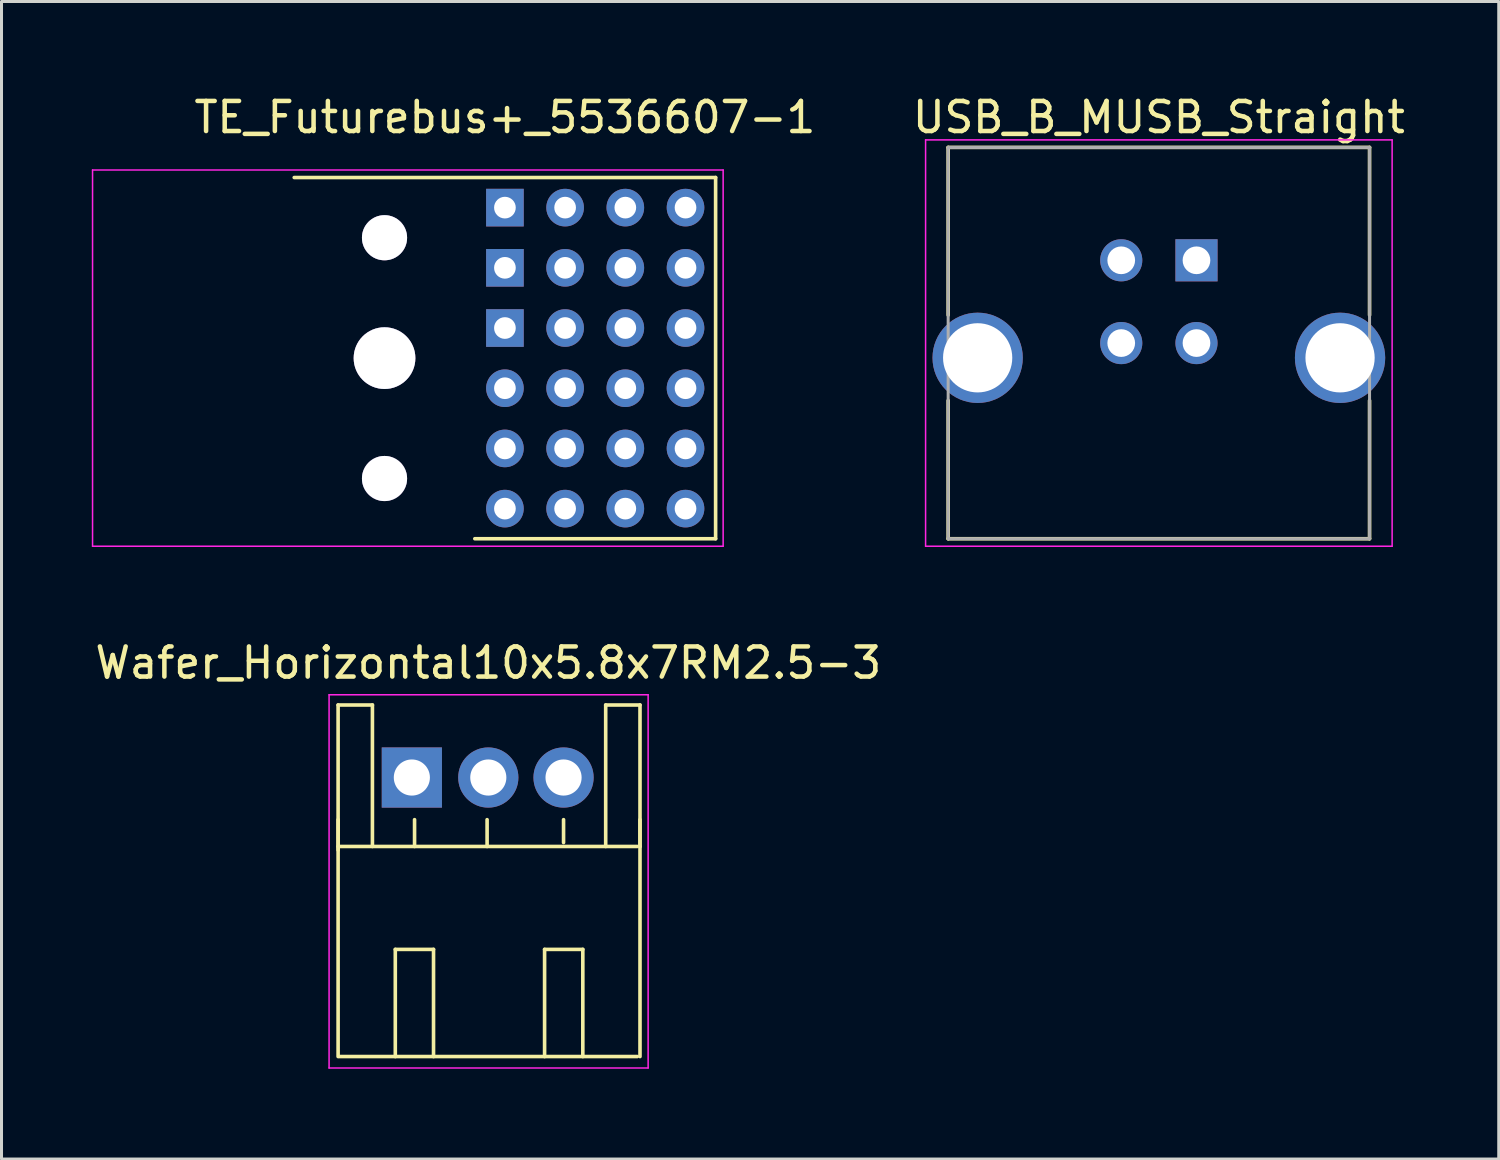
<source format=kicad_pcb>
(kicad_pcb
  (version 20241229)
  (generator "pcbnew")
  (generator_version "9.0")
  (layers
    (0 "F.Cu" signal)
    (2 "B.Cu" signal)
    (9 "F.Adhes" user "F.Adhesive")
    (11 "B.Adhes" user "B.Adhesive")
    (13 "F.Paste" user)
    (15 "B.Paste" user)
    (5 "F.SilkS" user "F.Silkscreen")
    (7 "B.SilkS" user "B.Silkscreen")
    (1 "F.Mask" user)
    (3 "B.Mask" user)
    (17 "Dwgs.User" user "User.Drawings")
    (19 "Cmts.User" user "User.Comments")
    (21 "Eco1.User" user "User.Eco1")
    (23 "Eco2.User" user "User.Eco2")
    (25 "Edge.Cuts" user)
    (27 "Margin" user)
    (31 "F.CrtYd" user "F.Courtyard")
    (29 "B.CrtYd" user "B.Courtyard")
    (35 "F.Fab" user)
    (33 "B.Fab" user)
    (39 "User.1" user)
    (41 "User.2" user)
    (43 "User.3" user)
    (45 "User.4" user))
  (footprint "TE_Futurebus+_5536607-1"
    (layer "F.Cu")
    (at 13.725 3.848)
    (property "Reference" "TE_Futurebus+_5536607-1" (at 0 -3 0) (layer "F.SilkS") (effects (font (size 1 1) (thickness 0.15))))
    (attr through_hole)
    (fp_line (start -7 -1) (end 7 -1) (stroke (width 0.12) (type solid)) (layer "F.SilkS"))
    (fp_line (start 7 -1) (end 7 11) (stroke (width 0.12) (type solid)) (layer "F.SilkS"))
    (fp_line (start 7 11) (end -1 11) (stroke (width 0.12) (type solid)) (layer "F.SilkS"))
    (fp_line (start -13.7 -1.25) (end 7.25 -1.25) (stroke (width 0.05) (type solid)) (layer "F.CrtYd"))
    (fp_line (start -13.7 11.25) (end -13.7 -1.25) (stroke (width 0.05) (type solid)) (layer "F.CrtYd"))
    (fp_line (start 7.25 -1.25) (end 7.25 11.25) (stroke (width 0.05) (type solid)) (layer "F.CrtYd"))
    (fp_line (start 7.25 11.25) (end -13.7 11.25) (stroke (width 0.05) (type solid)) (layer "F.CrtYd"))
    (pad "" thru_hole circle (at -4 1) (size 1.5 1.5) (drill 1.5) (layers "*.Cu" "*.Mask"))
    (pad "" thru_hole circle (at -4 5) (size 2.05 2.05) (drill 2.05) (layers "*.Cu" "*.Mask"))
    (pad "" thru_hole circle (at -4 9) (size 1.5 1.5) (drill 1.5) (layers "*.Cu" "*.Mask"))
    (pad "1" thru_hole rect (at 0 0) (size 1.25 1.25) (drill 0.72) (layers "*.Cu" "*.Mask"))
    (pad "1" thru_hole rect (at 0 2) (size 1.25 1.25) (drill 0.72) (layers "*.Cu" "*.Mask"))
    (pad "1" thru_hole rect (at 0 4) (size 1.25 1.25) (drill 0.72) (layers "*.Cu" "*.Mask"))
    (pad "2" thru_hole circle (at 2 0) (size 1.25 1.25) (drill 0.72) (layers "*.Cu" "*.Mask"))
    (pad "2" thru_hole circle (at 2 2) (size 1.25 1.25) (drill 0.72) (layers "*.Cu" "*.Mask"))
    (pad "2" thru_hole circle (at 2 4) (size 1.25 1.25) (drill 0.72) (layers "*.Cu" "*.Mask"))
    (pad "3" thru_hole circle (at 4 0) (size 1.25 1.25) (drill 0.72) (layers "*.Cu" "*.Mask"))
    (pad "3" thru_hole circle (at 4 2) (size 1.25 1.25) (drill 0.72) (layers "*.Cu" "*.Mask"))
    (pad "3" thru_hole circle (at 4 4) (size 1.25 1.25) (drill 0.72) (layers "*.Cu" "*.Mask"))
    (pad "4" thru_hole circle (at 6 0) (size 1.25 1.25) (drill 0.72) (layers "*.Cu" "*.Mask"))
    (pad "4" thru_hole circle (at 6 2) (size 1.25 1.25) (drill 0.72) (layers "*.Cu" "*.Mask"))
    (pad "4" thru_hole circle (at 6 4) (size 1.25 1.25) (drill 0.72) (layers "*.Cu" "*.Mask"))
    (pad "5" thru_hole circle (at 0 6) (size 1.25 1.25) (drill 0.72) (layers "*.Cu" "*.Mask"))
    (pad "5" thru_hole circle (at 0 8) (size 1.25 1.25) (drill 0.72) (layers "*.Cu" "*.Mask"))
    (pad "5" thru_hole circle (at 0 10) (size 1.25 1.25) (drill 0.72) (layers "*.Cu" "*.Mask"))
    (pad "6" thru_hole circle (at 2 6) (size 1.25 1.25) (drill 0.72) (layers "*.Cu" "*.Mask"))
    (pad "6" thru_hole circle (at 2 8) (size 1.25 1.25) (drill 0.72) (layers "*.Cu" "*.Mask"))
    (pad "6" thru_hole circle (at 2 10) (size 1.25 1.25) (drill 0.72) (layers "*.Cu" "*.Mask"))
    (pad "7" thru_hole circle (at 4 6) (size 1.25 1.25) (drill 0.72) (layers "*.Cu" "*.Mask"))
    (pad "7" thru_hole circle (at 4 8) (size 1.25 1.25) (drill 0.72) (layers "*.Cu" "*.Mask"))
    (pad "7" thru_hole circle (at 4 10) (size 1.25 1.25) (drill 0.72) (layers "*.Cu" "*.Mask"))
    (pad "8" thru_hole circle (at 6 6) (size 1.25 1.25) (drill 0.72) (layers "*.Cu" "*.Mask"))
    (pad "8" thru_hole circle (at 6 8) (size 1.25 1.25) (drill 0.72) (layers "*.Cu" "*.Mask"))
    (pad "8" thru_hole circle (at 6 10) (size 1.25 1.25) (drill 0.72) (layers "*.Cu" "*.Mask")))
  (footprint "USB_B_MUSB_Straight"
    (layer "F.Cu")
    (at 36.701 5.598)
    (property "Reference" "USB_B_MUSB_Straight" (at -1.25 -4.75 0) (layer "F.SilkS") (effects (font (size 1 1) (thickness 0.15))))
    (attr through_hole)
    (fp_line (start -8.25 -3.75) (end -8.25 1.82) (stroke (width 0.12) (type solid)) (layer "F.SilkS"))
    (fp_line (start -8.25 -3.75) (end 5.75 -3.75) (stroke (width 0.12) (type solid)) (layer "F.SilkS"))
    (fp_line (start -8.25 4.66) (end -8.25 9.25) (stroke (width 0.12) (type solid)) (layer "F.SilkS"))
    (fp_line (start 5.75 -3.75) (end 5.75 1.82) (stroke (width 0.12) (type solid)) (layer "F.SilkS"))
    (fp_line (start 5.75 4.66) (end 5.75 9.25) (stroke (width 0.12) (type solid)) (layer "F.SilkS"))
    (fp_line (start 5.75 9.25) (end -8.25 9.25) (stroke (width 0.12) (type solid)) (layer "F.SilkS"))
    (fp_line (start -9 -4) (end 6.5 -4) (stroke (width 0.05) (type solid)) (layer "F.CrtYd"))
    (fp_line (start -9 9.5) (end -9 -4) (stroke (width 0.05) (type solid)) (layer "F.CrtYd"))
    (fp_line (start 6.5 -4) (end 6.5 9.5) (stroke (width 0.05) (type solid)) (layer "F.CrtYd"))
    (fp_line (start 6.5 9.5) (end -9 9.5) (stroke (width 0.05) (type solid)) (layer "F.CrtYd"))
    (fp_line (start -8.25 -3.75) (end 5.75 -3.75) (stroke (width 0.1) (type solid)) (layer "F.Fab"))
    (fp_line (start -8.25 9.25) (end -8.25 -3.75) (stroke (width 0.1) (type solid)) (layer "F.Fab"))
    (fp_line (start 5.75 -3.75) (end 5.75 9.25) (stroke (width 0.1) (type solid)) (layer "F.Fab"))
    (fp_line (start 5.75 9.25) (end -8.25 9.25) (stroke (width 0.1) (type solid)) (layer "F.Fab"))
    (pad "1" thru_hole rect (at 0 0) (size 1.4 1.4) (drill 0.92) (layers "*.Cu" "*.Mask"))
    (pad "2" thru_hole circle (at -2.5 0) (size 1.4 1.4) (drill 0.92) (layers "*.Cu" "*.Mask"))
    (pad "3" thru_hole circle (at -2.5 2.75) (size 1.4 1.4) (drill 0.92) (layers "*.Cu" "*.Mask"))
    (pad "4" thru_hole circle (at 0 2.75) (size 1.4 1.4) (drill 0.92) (layers "*.Cu" "*.Mask"))
    (pad "5" thru_hole circle (at -7.27 3.24) (size 3 3) (drill 2.3) (layers "*.Cu" "*.Mask"))
    (pad "5" thru_hole circle (at 4.77 3.24) (size 3 3) (drill 2.3) (layers "*.Cu" "*.Mask")))
  (footprint "Wafer_Horizontal10x5.8x7RM2.5-3"
    (layer "F.Cu")
    (at 10.633 22.782)
    (property "Reference" "Wafer_Horizontal10x5.8x7RM2.5-3" (at 2.54 -3.81 0) (layer "F.SilkS") (effects (font (size 1 1) (thickness 0.15))))
    (attr through_hole)
    (fp_line (start -2.45 -2.41) (end -1.31 -2.41) (stroke (width 0.12) (type solid)) (layer "F.SilkS"))
    (fp_line (start -2.45 2.29) (end -2.45 1.4) (stroke (width 0.12) (type solid)) (layer "F.SilkS"))
    (fp_line (start -2.45 2.41) (end -2.45 -2.41) (stroke (width 0.12) (type solid)) (layer "F.SilkS"))
    (fp_line (start -2.45 9.27) (end -2.45 2.29) (stroke (width 0.12) (type solid)) (layer "F.SilkS"))
    (fp_line (start -2.41 2.29) (end 7.49 2.29) (stroke (width 0.12) (type solid)) (layer "F.SilkS"))
    (fp_line (start -2.41 9.27) (end 7.49 9.27) (stroke (width 0.12) (type solid)) (layer "F.SilkS"))
    (fp_line (start -1.31 -2.41) (end -1.31 2.29) (stroke (width 0.12) (type solid)) (layer "F.SilkS"))
    (fp_line (start -0.55 5.71) (end 0.72 5.71) (stroke (width 0.12) (type solid)) (layer "F.SilkS"))
    (fp_line (start -0.55 9.27) (end -0.55 5.71) (stroke (width 0.12) (type solid)) (layer "F.SilkS"))
    (fp_line (start 0.09 1.4) (end 0.09 2.29) (stroke (width 0.12) (type solid)) (layer "F.SilkS"))
    (fp_line (start 0.72 5.71) (end 0.72 9.27) (stroke (width 0.12) (type solid)) (layer "F.SilkS"))
    (fp_line (start 2.5 2.29) (end 2.5 1.4) (stroke (width 0.12) (type solid)) (layer "F.SilkS"))
    (fp_line (start 4.41 5.71) (end 5.68 5.71) (stroke (width 0.12) (type solid)) (layer "F.SilkS"))
    (fp_line (start 4.41 9.27) (end 4.41 5.71) (stroke (width 0.12) (type solid)) (layer "F.SilkS"))
    (fp_line (start 5.04 2.16) (end 5.04 1.4) (stroke (width 0.12) (type solid)) (layer "F.SilkS"))
    (fp_line (start 5.68 5.71) (end 5.68 9.27) (stroke (width 0.12) (type solid)) (layer "F.SilkS"))
    (fp_line (start 6.44 -2.41) (end 6.44 2.29) (stroke (width 0.12) (type solid)) (layer "F.SilkS"))
    (fp_line (start 7.58 -2.41) (end 6.44 -2.41) (stroke (width 0.12) (type solid)) (layer "F.SilkS"))
    (fp_line (start 7.58 2.29) (end 7.58 -2.41) (stroke (width 0.12) (type solid)) (layer "F.SilkS"))
    (fp_line (start 7.58 2.29) (end 7.58 1.4) (stroke (width 0.12) (type solid)) (layer "F.SilkS"))
    (fp_line (start 7.58 2.29) (end 7.58 9.27) (stroke (width 0.12) (type solid)) (layer "F.SilkS"))
    (fp_line (start -2.75 -2.75) (end 7.85 -2.75) (stroke (width 0.05) (type solid)) (layer "F.CrtYd"))
    (fp_line (start -2.75 9.65) (end -2.75 -2.75) (stroke (width 0.05) (type solid)) (layer "F.CrtYd"))
    (fp_line (start 7.85 -2.75) (end 7.85 9.65) (stroke (width 0.05) (type solid)) (layer "F.CrtYd"))
    (fp_line (start 7.85 9.65) (end -2.75 9.65) (stroke (width 0.05) (type solid)) (layer "F.CrtYd"))
    (pad "1" thru_hole rect (at 0 0) (size 2 2) (drill 1.2) (layers "*.Cu" "*.Mask"))
    (pad "2" thru_hole circle (at 2.54 0) (size 2 2) (drill 1.2) (layers "*.Cu" "*.Mask"))
    (pad "3" thru_hole circle (at 5.04 0) (size 2 2) (drill 1.2) (layers "*.Cu" "*.Mask")))
  (gr_rect
    (start -3 -3)
    (end 46.743 35.456)
    (stroke (width 0.1) (type default))
    (fill no)
    (layer "Edge.Cuts")))
</source>
